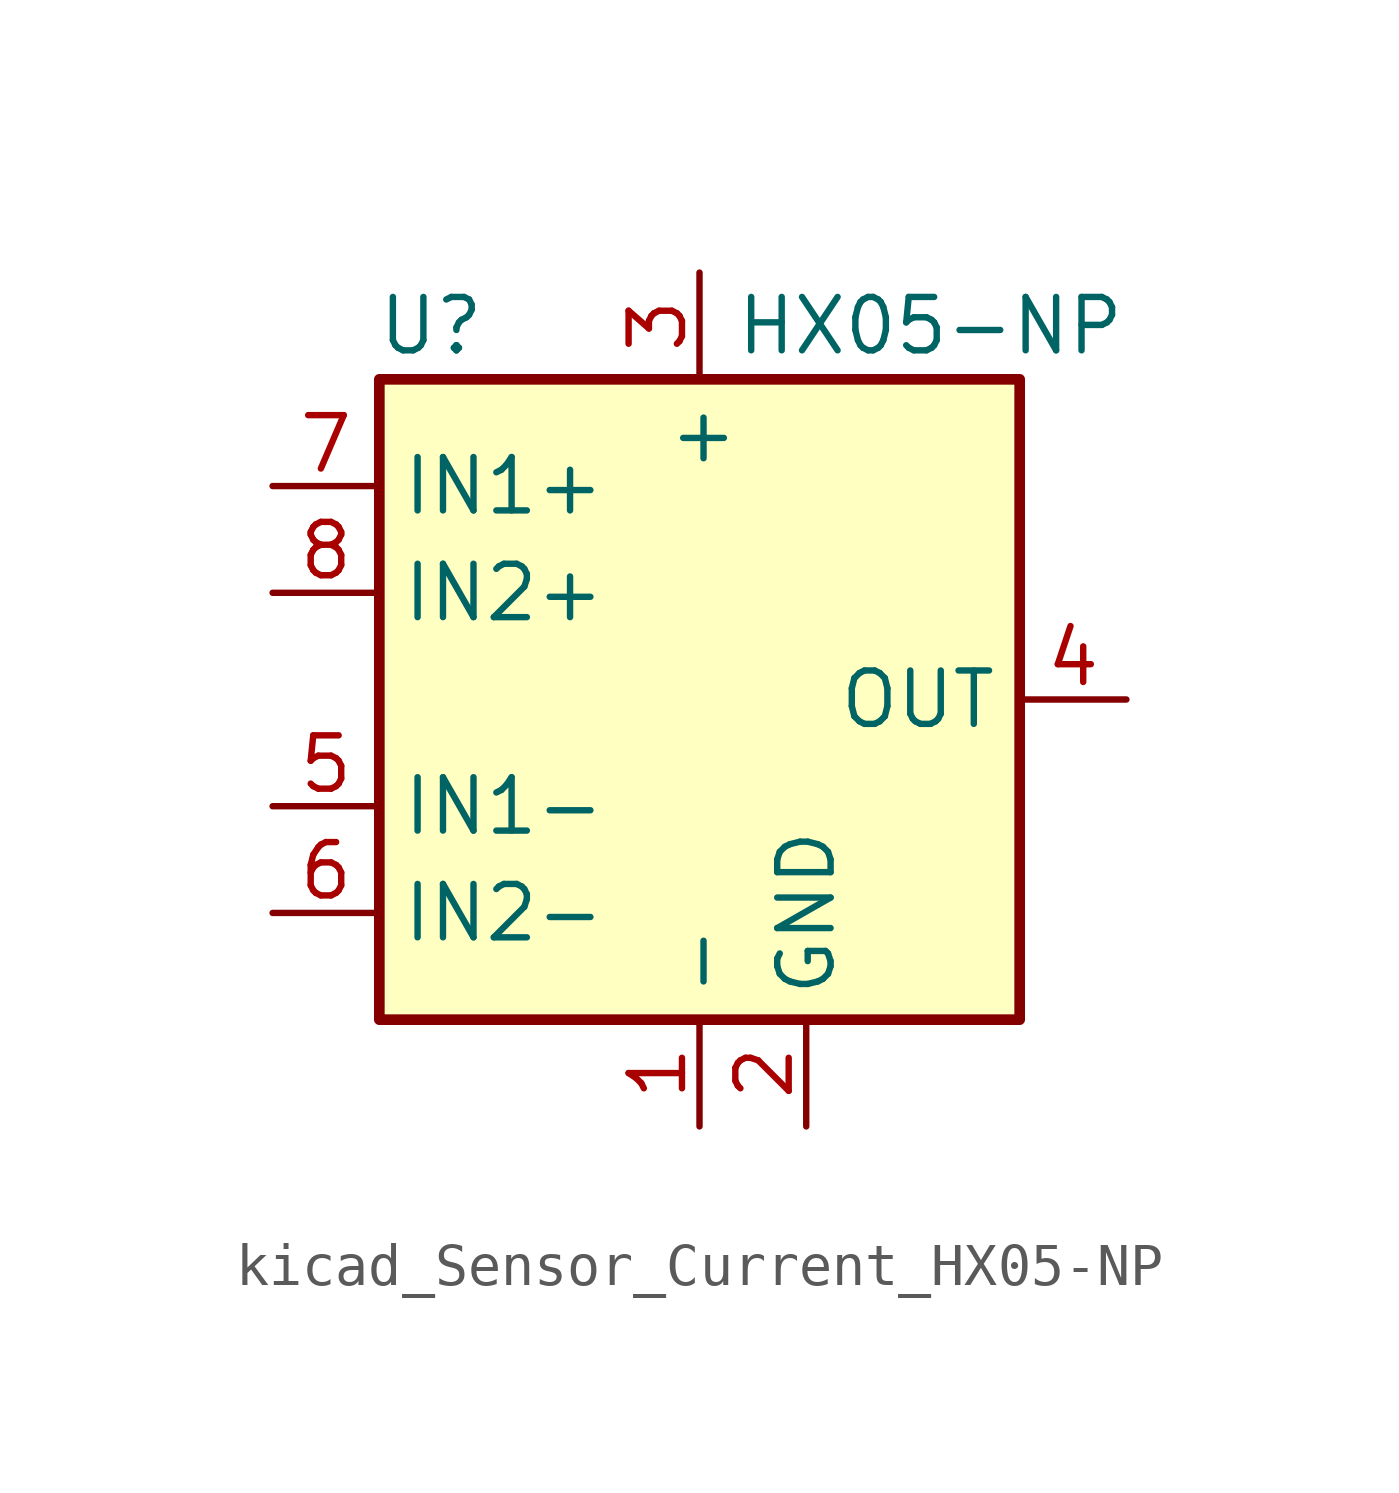
<source format=kicad_sym>
(kicad_symbol_lib
  (version 20220914)
  (generator kicad_symbol_editor)
  (symbol "kicad_Sensor_Current_HX05-NP"
    (property "Reference" "U"
      (at -5.08 8.89 0)
      (effects (font (size 1.27 1.27)) (justify right)))
    (property "Value" "HX05-NP"
      (at 10.16 8.89 0)
      (effects (font (size 1.27 1.27)) (justify right)))
    (symbol "kicad_Sensor_Current_HX05-NP_0_1"
      (rectangle (start -7.62 7.62) (end 7.62 -7.62) (stroke (width 0.254) (type default)) (fill (type background))))
    (symbol "kicad_Sensor_Current_HX05-NP_1_1"
      (pin power_in line (at 0 -10.16 90) (length 2.54) (name "-" (effects (font (size 1.27 1.27)))) (number "1" (effects (font (size 1.27 1.27)))))
      (pin power_in line (at 2.54 -10.16 90) (length 2.54) (name "GND" (effects (font (size 1.27 1.27)))) (number "2" (effects (font (size 1.27 1.27)))))
      (pin power_in line (at 0 10.16 270) (length 2.54) (name "+" (effects (font (size 1.27 1.27)))) (number "3" (effects (font (size 1.27 1.27)))))
      (pin output line (at 10.16 0 180) (length 2.54) (name "OUT" (effects (font (size 1.27 1.27)))) (number "4" (effects (font (size 1.27 1.27)))))
      (pin passive line (at -10.16 -2.54 0) (length 2.54) (name "IN1-" (effects (font (size 1.27 1.27)))) (number "5" (effects (font (size 1.27 1.27)))))
      (pin passive line (at -10.16 -5.08 0) (length 2.54) (name "IN2-" (effects (font (size 1.27 1.27)))) (number "6" (effects (font (size 1.27 1.27)))))
      (pin passive line (at -10.16 5.08 0) (length 2.54) (name "IN1+" (effects (font (size 1.27 1.27)))) (number "7" (effects (font (size 1.27 1.27)))))
      (pin passive line (at -10.16 2.54 0) (length 2.54) (name "IN2+" (effects (font (size 1.27 1.27)))) (number "8" (effects (font (size 1.27 1.27))))))))
</source>
